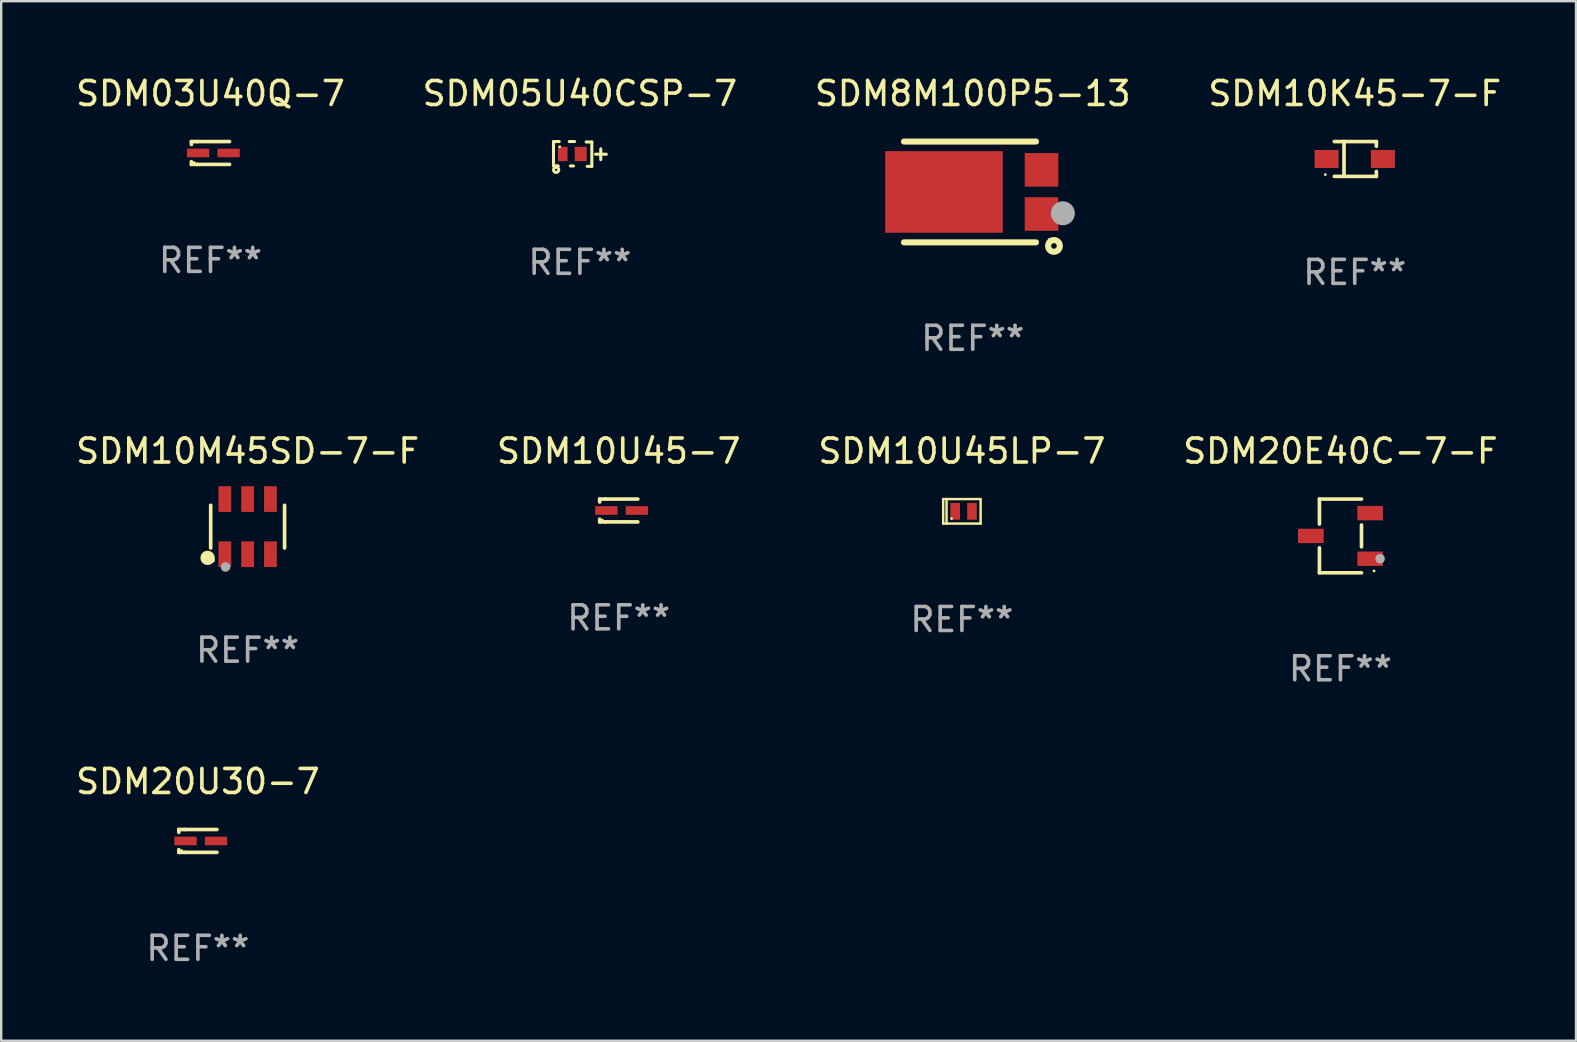
<source format=kicad_pcb>
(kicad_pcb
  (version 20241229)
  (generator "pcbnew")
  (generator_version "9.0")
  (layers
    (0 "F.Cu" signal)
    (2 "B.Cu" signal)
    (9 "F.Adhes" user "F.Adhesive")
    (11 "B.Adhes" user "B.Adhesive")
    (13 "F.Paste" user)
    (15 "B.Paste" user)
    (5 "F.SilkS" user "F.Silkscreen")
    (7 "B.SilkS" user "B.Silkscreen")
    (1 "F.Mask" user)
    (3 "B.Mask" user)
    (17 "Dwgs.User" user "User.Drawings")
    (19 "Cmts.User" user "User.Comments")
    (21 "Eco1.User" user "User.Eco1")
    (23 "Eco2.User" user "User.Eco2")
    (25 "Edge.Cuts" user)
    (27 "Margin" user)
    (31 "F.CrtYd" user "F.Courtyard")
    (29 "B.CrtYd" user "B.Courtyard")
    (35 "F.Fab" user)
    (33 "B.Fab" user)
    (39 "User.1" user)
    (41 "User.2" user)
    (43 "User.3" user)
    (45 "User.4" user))
  (footprint "SDM10K45-7-F"
    (layer "F.Cu")
    (at 53.399 3.574)
    (property "Reference" "SDM10K45-7-F" (at 0 -2.726 0) (layer "F.SilkS") (effects (font (size 1 1) (thickness 0.15))))
    (attr through_hole)
    (fp_line (start -0.851 -0.726) (end 0.901 -0.726) (stroke (width 0.152) (type solid)) (layer "F.SilkS"))
    (fp_line (start -0.851 0.726) (end 0.901 0.726) (stroke (width 0.152) (type solid)) (layer "F.SilkS"))
    (fp_line (start -0.447 -0.726) (end -0.447 0.726) (stroke (width 0.152) (type solid)) (layer "F.SilkS"))
    (fp_line (start 0.901 -0.726) (end 0.901 -0.53) (stroke (width 0.152) (type solid)) (layer "F.SilkS"))
    (fp_line (start 0.901 0.726) (end 0.901 0.52) (stroke (width 0.152) (type solid)) (layer "F.SilkS"))
    (fp_circle (center -1.225 0.65) (end -1.195 0.65) (stroke (width 0.06) (type solid)) (fill no) (layer "F.SilkS"))
    (fp_text user "REF**" (at 0 4.726 0) (layer "F.Fab") (effects (font (size 1 1) (thickness 0.15))))
    (pad "1" smd rect (at -1.173 0) (size 1 0.75) (layers "F.Cu" "F.Mask" "F.Paste"))
    (pad "2" smd rect (at 1.173 0) (size 1 0.75) (layers "F.Cu" "F.Mask" "F.Paste")))
  (footprint "SDM10U45LP-7"
    (layer "F.Cu")
    (at 37.03 18.255)
    (property "Reference" "SDM10U45LP-7" (at 0 -2.51 0) (layer "F.SilkS") (effects (font (size 1 1) (thickness 0.15))))
    (attr through_hole)
    (fp_line (start -0.78 -0.51) (end -0.78 0.51) (stroke (width 0.102) (type solid)) (layer "F.SilkS"))
    (fp_line (start -0.78 -0.51) (end 0.78 -0.51) (stroke (width 0.102) (type solid)) (layer "F.SilkS"))
    (fp_line (start -0.78 0.51) (end 0.78 0.51) (stroke (width 0.102) (type solid)) (layer "F.SilkS"))
    (fp_line (start -0.64 -0.51) (end -0.64 0.51) (stroke (width 0.102) (type solid)) (layer "F.SilkS"))
    (fp_line (start 0.78 -0.51) (end 0.78 0.51) (stroke (width 0.102) (type solid)) (layer "F.SilkS"))
    (fp_circle (center -0.43 0.3) (end -0.4 0.3) (stroke (width 0.06) (type solid)) (fill no) (layer "F.SilkS"))
    (fp_text user "REF**" (at 0 4.51 0) (layer "F.Fab") (effects (font (size 1 1) (thickness 0.15))))
    (pad "1" smd rect (at -0.28 0) (size 0.4 0.7) (layers "F.Cu" "F.Mask" "F.Paste"))
    (pad "2" smd rect (at 0.42 0) (size 0.4 0.7) (layers "F.Cu" "F.Mask" "F.Paste")))
  (footprint "SDM20E40C-7-F"
    (layer "F.Cu")
    (at 52.804 19.281)
    (property "Reference" "SDM20E40C-7-F" (at 0 -3.536 0) (layer "F.SilkS") (effects (font (size 1 1) (thickness 0.15))))
    (attr through_hole)
    (fp_line (start -0.876 -1.536) (end -0.876 -0.495) (stroke (width 0.152) (type solid)) (layer "F.SilkS"))
    (fp_line (start -0.876 1.536) (end -0.876 0.495) (stroke (width 0.152) (type solid)) (layer "F.SilkS"))
    (fp_line (start 0.876 -1.536) (end -0.876 -1.536) (stroke (width 0.152) (type solid)) (layer "F.SilkS"))
    (fp_line (start 0.876 -0.455) (end 0.876 0.455) (stroke (width 0.152) (type solid)) (layer "F.SilkS"))
    (fp_line (start 0.876 1.536) (end -0.876 1.536) (stroke (width 0.152) (type solid)) (layer "F.SilkS"))
    (fp_circle (center 1.4 1.46) (end 1.43 1.46) (stroke (width 0.06) (type solid)) (fill no) (layer "F.SilkS"))
    (fp_circle (center 1.651 0.95) (end 1.751 0.95) (stroke (width 0.2) (type solid)) (fill no) (layer "F.Fab"))
    (fp_text user "REF**" (at 0 5.536 0) (layer "F.Fab") (effects (font (size 1 1) (thickness 0.15))))
    (pad "1" smd rect (at 1.235 0.95) (size 1.07 0.6) (layers "F.Cu" "F.Mask" "F.Paste"))
    (pad "2" smd rect (at 1.235 -0.95) (size 1.07 0.6) (layers "F.Cu" "F.Mask" "F.Paste"))
    (pad "3" smd rect (at -1.235 0) (size 1.07 0.6) (layers "F.Cu" "F.Mask" "F.Paste")))
  (footprint "SDM8M100P5-13"
    (layer "F.Cu")
    (at 37.482 4.948)
    (property "Reference" "SDM8M100P5-13" (at 0 -4.1 0) (layer "F.SilkS") (effects (font (size 1 1) (thickness 0.15))))
    (attr through_hole)
    (fp_line (start -2.866 2.1) (end 2.634 2.1) (stroke (width 0.254) (type solid)) (layer "F.SilkS"))
    (fp_line (start 2.634 -2.1) (end -2.866 -2.1) (stroke (width 0.254) (type solid)) (layer "F.SilkS"))
    (fp_circle (center 3.184 1.983) (end 3.214 1.983) (stroke (width 0.06) (type solid)) (fill no) (layer "F.SilkS"))
    (fp_circle (center 3.384 2.25) (end 3.501 2.25) (stroke (width 0.254) (type solid)) (fill no) (layer "F.SilkS"))
    (fp_circle (center 3.755 0.889) (end 4.005 0.889) (stroke (width 0.5) (type solid)) (fill no) (layer "F.Fab"))
    (fp_text user "REF**" (at 0 6.1 0) (layer "F.Fab") (effects (font (size 1 1) (thickness 0.15))))
    (pad "1" smd rect (at 2.866 0.92 90) (size 1.4 1.4) (layers "F.Cu" "F.Mask" "F.Paste"))
    (pad "2" smd rect (at 2.866 -0.92 90) (size 1.4 1.4) (layers "F.Cu" "F.Mask" "F.Paste"))
    (pad "3" smd rect (at -1.198 -0.000051 90) (size 3.4 4.9) (layers "F.Cu" "F.Mask" "F.Paste")))
  (footprint "SDM10M45SD-7-F"
    (layer "F.Cu")
    (at 7.268 18.894)
    (property "Reference" "SDM10M45SD-7-F" (at 0 -3.149 0) (layer "F.SilkS") (effects (font (size 1 1) (thickness 0.15))))
    (attr through_hole)
    (fp_line (start -1.539 0.889) (end -1.539 -0.889) (stroke (width 0.152) (type solid)) (layer "F.SilkS"))
    (fp_line (start 1.539 0.889) (end 1.539 -0.889) (stroke (width 0.152) (type solid)) (layer "F.SilkS"))
    (fp_circle (center -1.668 1.301) (end -1.518 1.301) (stroke (width 0.3) (type solid)) (fill no) (layer "F.SilkS"))
    (fp_circle (center -1.463 1.4) (end -1.413 1.4) (stroke (width 0.1) (type solid)) (fill no) (layer "F.SilkS"))
    (fp_circle (center -0.92 1.68) (end -0.82 1.68) (stroke (width 0.2) (type solid)) (fill no) (layer "F.Fab"))
    (fp_text user "REF**" (at 0 5.149 0) (layer "F.Fab") (effects (font (size 1 1) (thickness 0.15))))
    (pad "1" smd rect (at -0.95 1.149) (size 0.532 1.072) (layers "F.Cu" "F.Mask" "F.Paste"))
    (pad "2" smd rect (at 0 1.149) (size 0.532 1.072) (layers "F.Cu" "F.Mask" "F.Paste"))
    (pad "3" smd rect (at 0.95 1.149) (size 0.532 1.072) (layers "F.Cu" "F.Mask" "F.Paste"))
    (pad "4" smd rect (at 0.95 -1.149) (size 0.532 1.072) (layers "F.Cu" "F.Mask" "F.Paste"))
    (pad "5" smd rect (at 0 -1.149) (size 0.532 1.072) (layers "F.Cu" "F.Mask" "F.Paste"))
    (pad "6" smd rect (at -0.95 -1.149) (size 0.532 1.072) (layers "F.Cu" "F.Mask" "F.Paste")))
  (footprint "SDM05U40CSP-7"
    (layer "F.Cu")
    (at 21.113 3.365)
    (property "Reference" "SDM05U40CSP-7" (at 0 -2.517 0) (layer "F.SilkS") (effects (font (size 1 1) (thickness 0.15))))
    (attr through_hole)
    (fp_line (start -1.1 -0.517) (end -0.973 -0.517) (stroke (width 0.127) (type solid)) (layer "F.SilkS"))
    (fp_line (start -1.1 0.499) (end -1.1 -0.517) (stroke (width 0.127) (type solid)) (layer "F.SilkS"))
    (fp_line (start -0.973 -0.517) (end -0.859 -0.517) (stroke (width 0.127) (type solid)) (layer "F.SilkS"))
    (fp_line (start -0.973 0.499) (end -1.1 0.499) (stroke (width 0.127) (type solid)) (layer "F.SilkS"))
    (fp_line (start -0.905 0.499) (end -0.973 0.499) (stroke (width 0.127) (type solid)) (layer "F.SilkS"))
    (fp_line (start -0.444 -0.517) (end -0.22 -0.517) (stroke (width 0.127) (type solid)) (layer "F.SilkS"))
    (fp_line (start -0.266 0.499) (end -0.398 0.499) (stroke (width 0.127) (type solid)) (layer "F.SilkS"))
    (fp_line (start 0.26 -0.499) (end 0.497 -0.499) (stroke (width 0.127) (type solid)) (layer "F.SilkS"))
    (fp_line (start 0.497 -0.499) (end 0.497 0.517) (stroke (width 0.127) (type solid)) (layer "F.SilkS"))
    (fp_line (start 0.497 0.517) (end 0.306 0.517) (stroke (width 0.127) (type solid)) (layer "F.SilkS"))
    (fp_line (start 0.65 0.011) (end 1.1 0.011) (stroke (width 0.127) (type solid)) (layer "F.SilkS"))
    (fp_line (start 0.869 0.235) (end 0.869 -0.215) (stroke (width 0.127) (type solid)) (layer "F.SilkS"))
    (fp_circle (center -0.99 0.661) (end -0.944 0.661) (stroke (width 0.127) (type solid)) (fill no) (layer "F.SilkS"))
    (fp_circle (center -0.84 -0.299) (end -0.81 -0.299) (stroke (width 0.06) (type solid)) (fill no) (layer "F.SilkS"))
    (fp_text user "REF**" (at 0 4.517 0) (layer "F.Fab") (effects (font (size 1 1) (thickness 0.15))))
    (pad "1" smd rect (at -0.715 0.001) (size 0.4 0.6) (layers "F.Cu" "F.Mask" "F.Paste"))
    (pad "2" smd rect (at 0.035 0.001) (size 0.5 0.6) (layers "F.Cu" "F.Mask" "F.Paste")))
  (footprint "SDM20U30-7"
    (layer "F.Cu")
    (at 5.196 31.99)
    (property "Reference" "SDM20U30-7" (at 0 -2.476 0) (layer "F.SilkS") (effects (font (size 1 1) (thickness 0.15))))
    (attr through_hole)
    (fp_line (start -0.795 -0.476) (end -0.795 -0.356) (stroke (width 0.152) (type solid)) (layer "F.SilkS"))
    (fp_line (start -0.795 0.363) (end -0.795 0.476) (stroke (width 0.152) (type solid)) (layer "F.SilkS"))
    (fp_line (start -0.795 0.476) (end -0.557 0.476) (stroke (width 0.152) (type solid)) (layer "F.SilkS"))
    (fp_line (start -0.557 -0.476) (end -0.795 -0.476) (stroke (width 0.152) (type solid)) (layer "F.SilkS"))
    (fp_line (start -0.557 -0.476) (end 0.795 -0.476) (stroke (width 0.152) (type solid)) (layer "F.SilkS"))
    (fp_line (start -0.557 0.476) (end 0.795 0.476) (stroke (width 0.152) (type solid)) (layer "F.SilkS"))
    (fp_circle (center -0.681 0.4) (end -0.651 0.4) (stroke (width 0.06) (type solid)) (fill no) (layer "F.SilkS"))
    (fp_text user "REF**" (at 0 4.476 0) (layer "F.Fab") (effects (font (size 1 1) (thickness 0.15))))
    (pad "1" smd rect (at -0.516 0 180) (size 0.93 0.36) (layers "F.Cu" "F.Mask" "F.Paste"))
    (pad "2" smd rect (at 0.754 0 180) (size 0.93 0.36) (layers "F.Cu" "F.Mask" "F.Paste")))
  (footprint "SDM03U40Q-7"
    (layer "F.Cu")
    (at 5.72 3.324)
    (property "Reference" "SDM03U40Q-7" (at 0 -2.476 0) (layer "F.SilkS") (effects (font (size 1 1) (thickness 0.15))))
    (attr through_hole)
    (fp_line (start -0.795 -0.476) (end -0.795 -0.356) (stroke (width 0.152) (type solid)) (layer "F.SilkS"))
    (fp_line (start -0.795 0.363) (end -0.795 0.476) (stroke (width 0.152) (type solid)) (layer "F.SilkS"))
    (fp_line (start -0.795 0.476) (end -0.557 0.476) (stroke (width 0.152) (type solid)) (layer "F.SilkS"))
    (fp_line (start -0.557 -0.476) (end -0.795 -0.476) (stroke (width 0.152) (type solid)) (layer "F.SilkS"))
    (fp_line (start -0.557 -0.476) (end 0.795 -0.476) (stroke (width 0.152) (type solid)) (layer "F.SilkS"))
    (fp_line (start -0.557 0.476) (end 0.795 0.476) (stroke (width 0.152) (type solid)) (layer "F.SilkS"))
    (fp_circle (center -0.681 0.4) (end -0.651 0.4) (stroke (width 0.06) (type solid)) (fill no) (layer "F.SilkS"))
    (fp_text user "REF**" (at 0 4.476 0) (layer "F.Fab") (effects (font (size 1 1) (thickness 0.15))))
    (pad "1" smd rect (at -0.516 0 180) (size 0.93 0.36) (layers "F.Cu" "F.Mask" "F.Paste"))
    (pad "2" smd rect (at 0.754 0 180) (size 0.93 0.36) (layers "F.Cu" "F.Mask" "F.Paste")))
  (footprint "SDM10U45-7"
    (layer "F.Cu")
    (at 22.732 18.221)
    (property "Reference" "SDM10U45-7" (at 0 -2.476 0) (layer "F.SilkS") (effects (font (size 1 1) (thickness 0.15))))
    (attr through_hole)
    (fp_line (start -0.795 -0.476) (end -0.795 -0.356) (stroke (width 0.152) (type solid)) (layer "F.SilkS"))
    (fp_line (start -0.795 0.363) (end -0.795 0.476) (stroke (width 0.152) (type solid)) (layer "F.SilkS"))
    (fp_line (start -0.795 0.476) (end -0.557 0.476) (stroke (width 0.152) (type solid)) (layer "F.SilkS"))
    (fp_line (start -0.557 -0.476) (end -0.795 -0.476) (stroke (width 0.152) (type solid)) (layer "F.SilkS"))
    (fp_line (start -0.557 -0.476) (end 0.795 -0.476) (stroke (width 0.152) (type solid)) (layer "F.SilkS"))
    (fp_line (start -0.557 0.476) (end 0.795 0.476) (stroke (width 0.152) (type solid)) (layer "F.SilkS"))
    (fp_circle (center -0.681 0.4) (end -0.651 0.4) (stroke (width 0.06) (type solid)) (fill no) (layer "F.SilkS"))
    (fp_text user "REF**" (at 0 4.476 0) (layer "F.Fab") (effects (font (size 1 1) (thickness 0.15))))
    (pad "1" smd rect (at -0.516 0 180) (size 0.93 0.36) (layers "F.Cu" "F.Mask" "F.Paste"))
    (pad "2" smd rect (at 0.754 0 180) (size 0.93 0.36) (layers "F.Cu" "F.Mask" "F.Paste")))
  (gr_rect
    (start -3 -3)
    (end 62.619 40.314)
    (stroke (width 0.1) (type default))
    (fill no)
    (layer "Edge.Cuts")))
</source>
